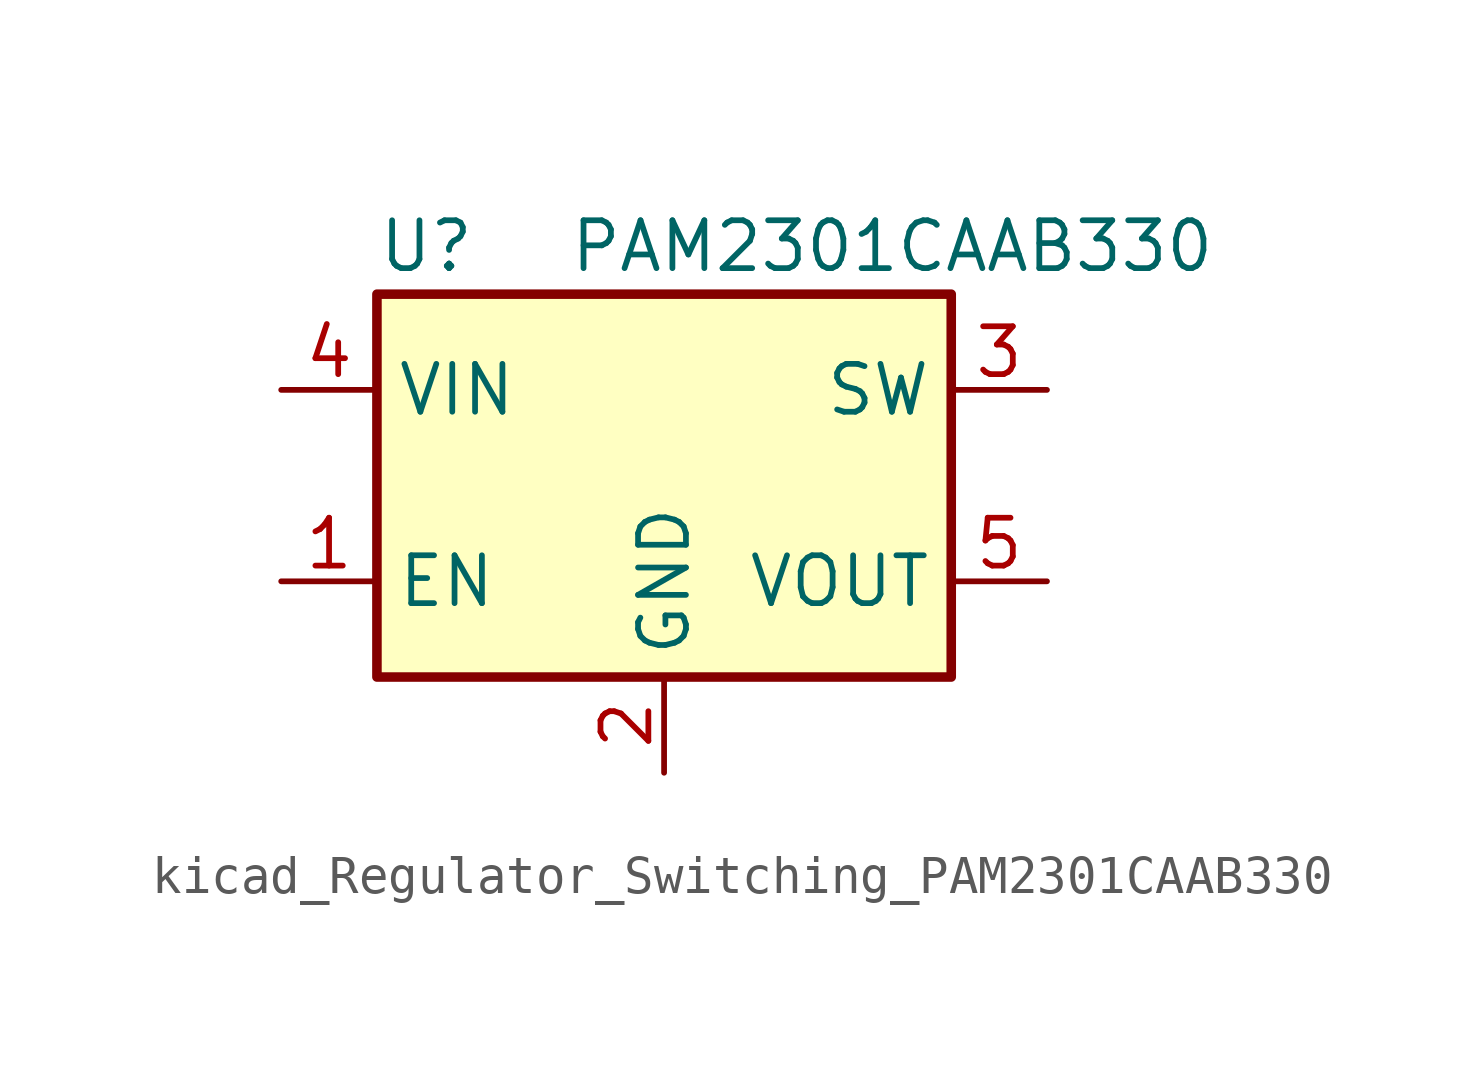
<source format=kicad_sym>
(kicad_symbol_lib
  (version 20220914)
  (generator kicad_symbol_editor)
  (symbol "kicad_Regulator_Switching_PAM2301CAAB330"
    (property "Reference" "U"
      (at -7.62 6.35 0)
      (effects (font (size 1.27 1.27)) (justify left)))
    (property "Value" "PAM2301CAAB330"
      (at -2.54 6.35 0)
      (effects (font (size 1.27 1.27)) (justify left)))
    (symbol "kicad_Regulator_Switching_PAM2301CAAB330_0_1"
      (rectangle (start -7.62 5.08) (end 7.62 -5.08) (stroke (width 0.254) (type default)) (fill (type background))))
    (symbol "kicad_Regulator_Switching_PAM2301CAAB330_1_1"
      (pin input line (at -10.16 -2.54 0) (length 2.54) (name "EN" (effects (font (size 1.27 1.27)))) (number "1" (effects (font (size 1.27 1.27)))))
      (pin power_in line (at 0 -7.62 90) (length 2.54) (name "GND" (effects (font (size 1.27 1.27)))) (number "2" (effects (font (size 1.27 1.27)))))
      (pin power_out line (at 10.16 2.54 180) (length 2.54) (name "SW" (effects (font (size 1.27 1.27)))) (number "3" (effects (font (size 1.27 1.27)))))
      (pin power_in line (at -10.16 2.54 0) (length 2.54) (name "VIN" (effects (font (size 1.27 1.27)))) (number "4" (effects (font (size 1.27 1.27)))))
      (pin input line (at 10.16 -2.54 180) (length 2.54) (name "VOUT" (effects (font (size 1.27 1.27)))) (number "5" (effects (font (size 1.27 1.27))))))))
</source>
